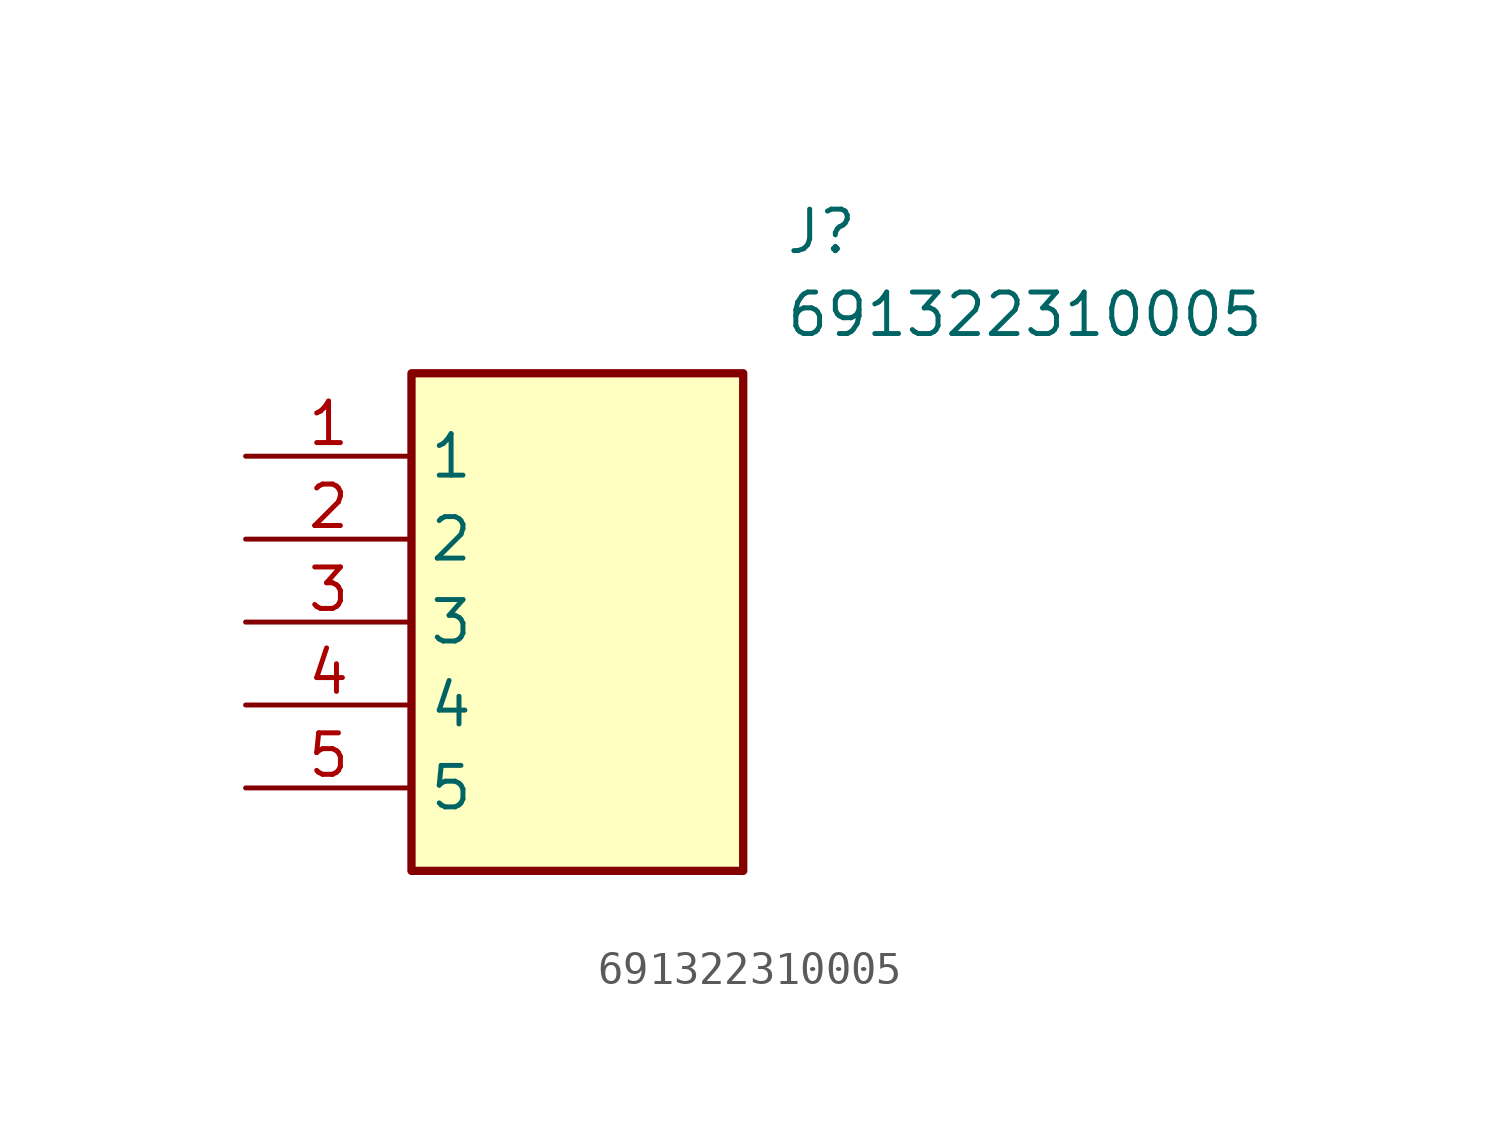
<source format=kicad_sym>
(kicad_symbol_lib
  (version 20211014)
  (generator SamacSys_ECAD_Model)
  (symbol "691322310005"
    (property "Reference" "J"
      (at 16.51 7.62 0)
      (effects (font (size 1.27 1.27)) (justify left top)))
    (property "Value" "691322310005"
      (at 16.51 5.08 0)
      (effects (font (size 1.27 1.27)) (justify left top)))
    (rectangle
      (start 5.08 2.54)
      (end 15.24 -12.7)
      (stroke (width 0.254) (type default))
      (fill (type background)))
    (pin passive line
      (at 0 0 0)
      (length 5.08)
      (name "1" (effects (font (size 1.27 1.27))))
      (number "1" (effects (font (size 1.27 1.27)))))
    (pin passive line
      (at 0 -2.54 0)
      (length 5.08)
      (name "2" (effects (font (size 1.27 1.27))))
      (number "2" (effects (font (size 1.27 1.27)))))
    (pin passive line
      (at 0 -5.08 0)
      (length 5.08)
      (name "3" (effects (font (size 1.27 1.27))))
      (number "3" (effects (font (size 1.27 1.27)))))
    (pin passive line
      (at 0 -7.62 0)
      (length 5.08)
      (name "4" (effects (font (size 1.27 1.27))))
      (number "4" (effects (font (size 1.27 1.27)))))
    (pin passive line
      (at 0 -10.16 0)
      (length 5.08)
      (name "5" (effects (font (size 1.27 1.27))))
      (number "5" (effects (font (size 1.27 1.27)))))))
</source>
